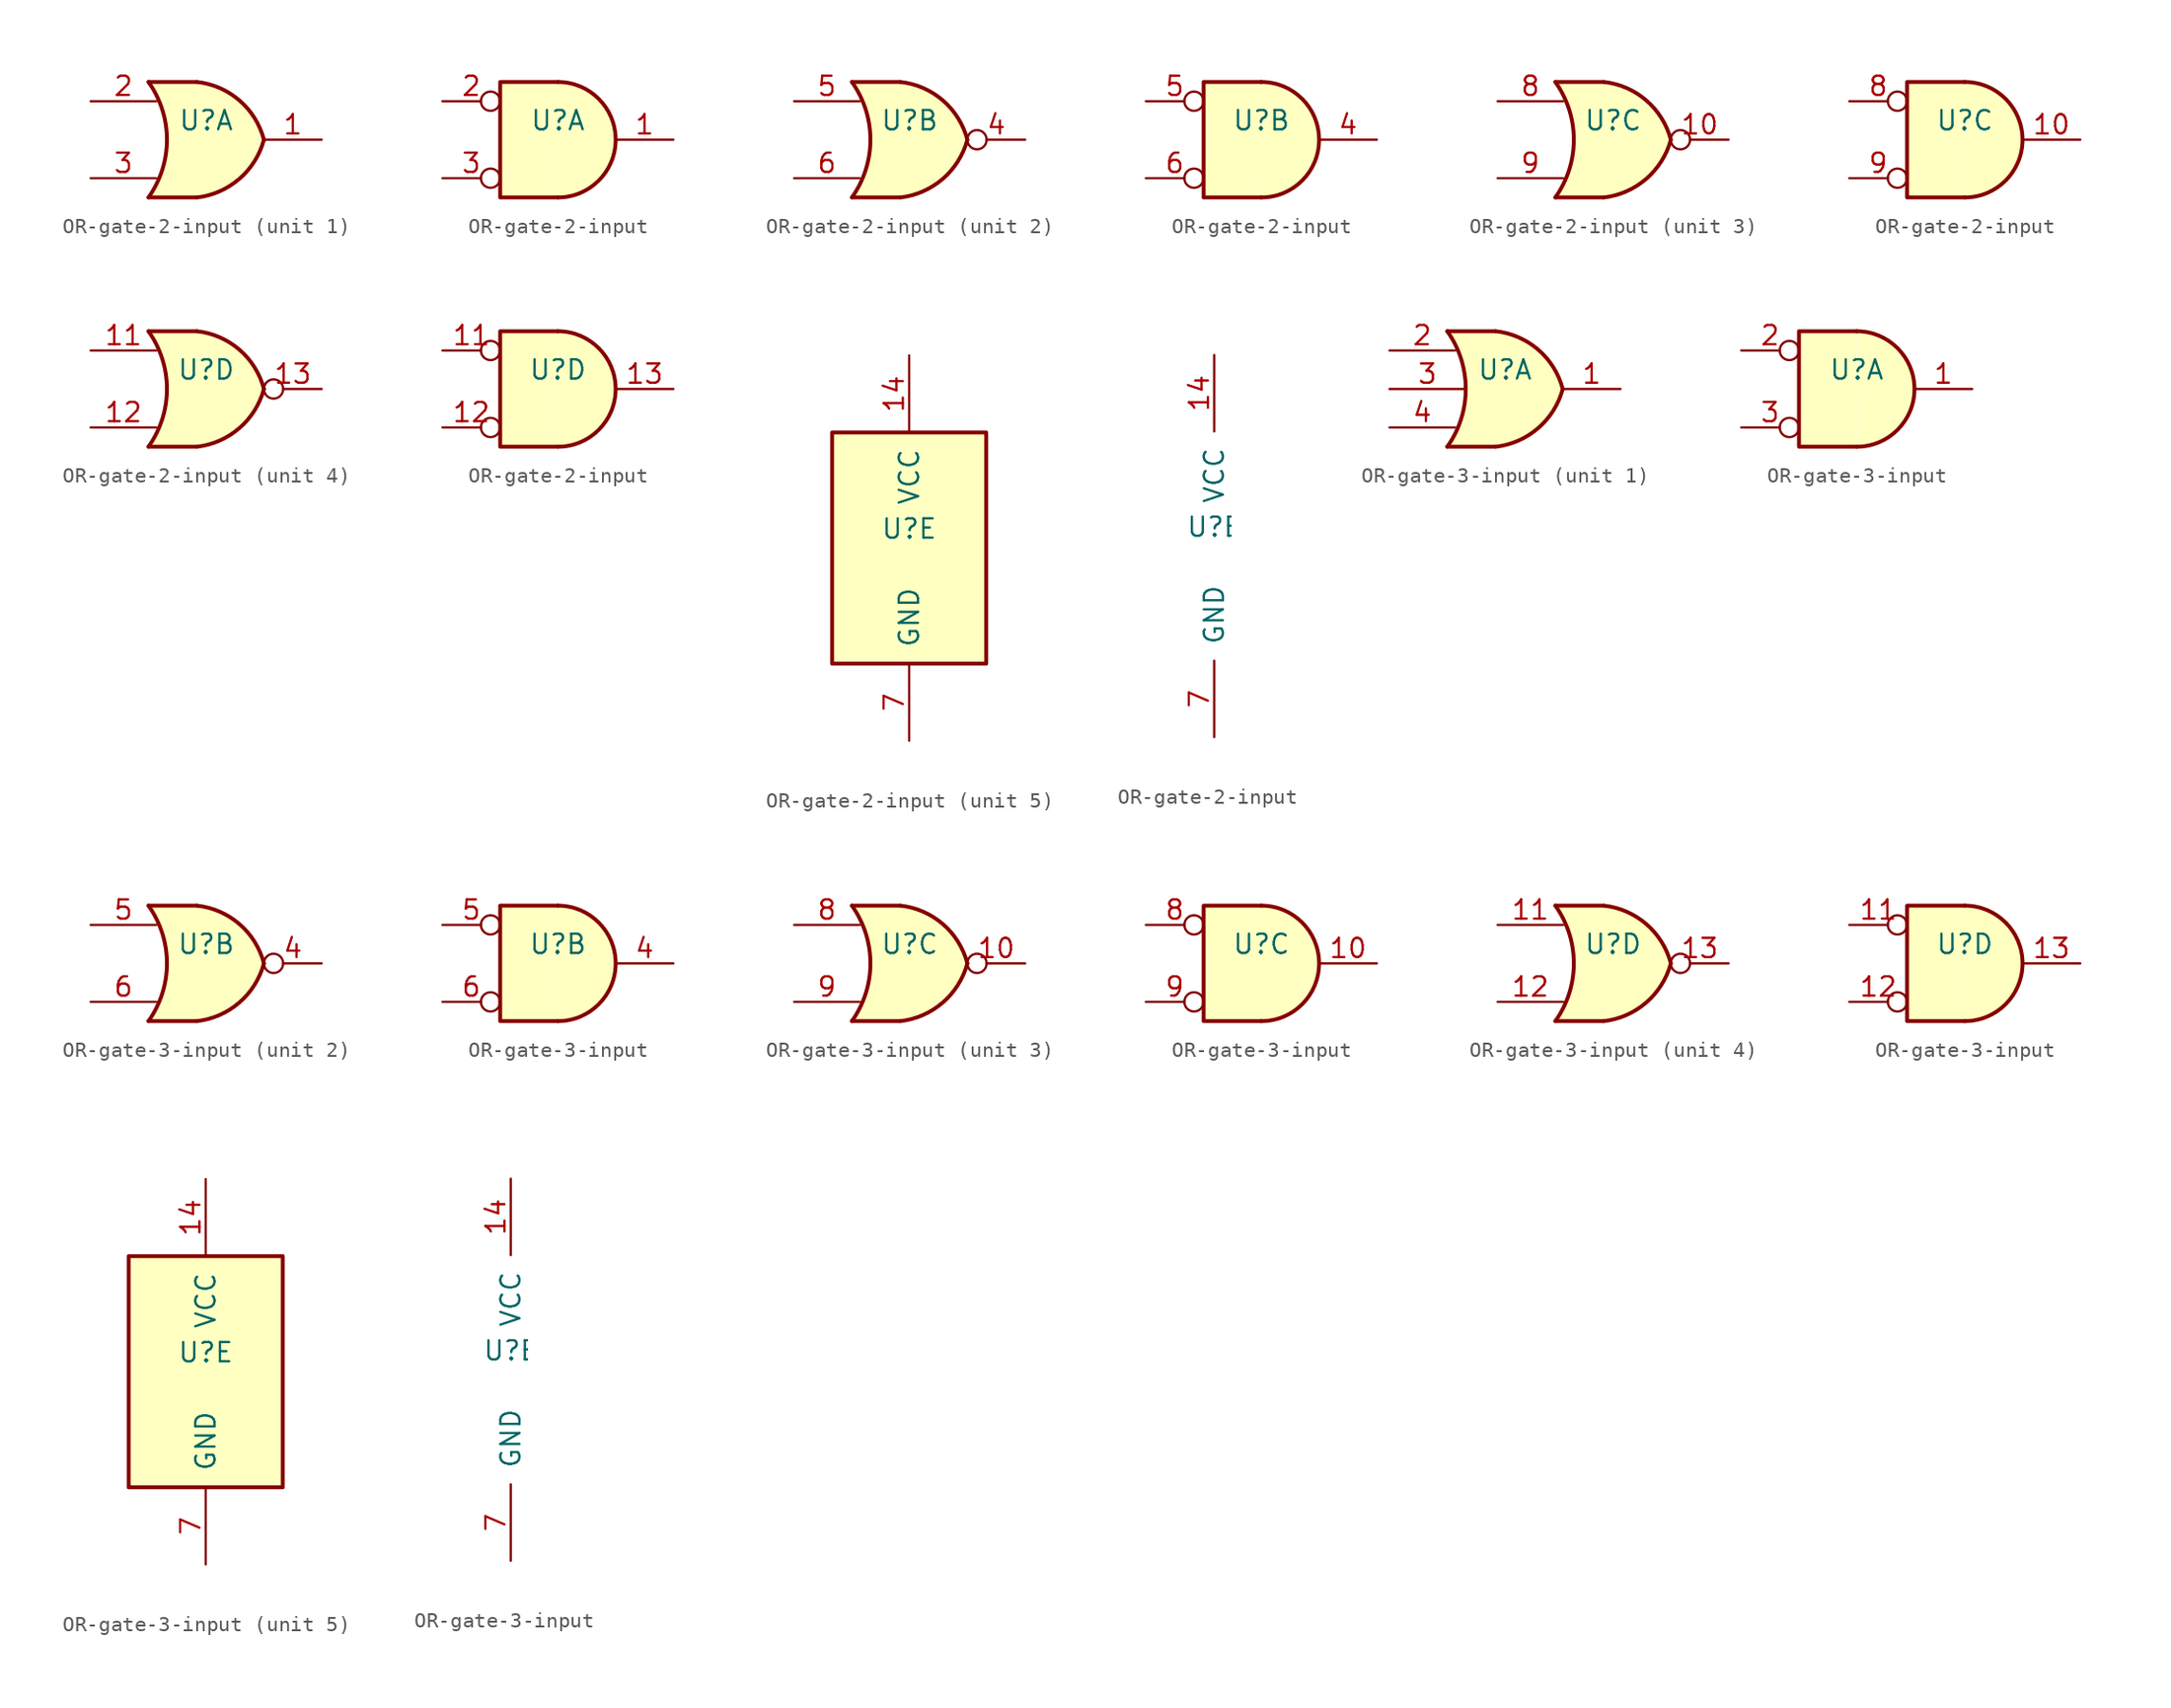
<source format=kicad_sym>
(kicad_symbol_lib
  (version 20220914)
  (generator kicad_symbol_editor)
  (symbol "OR-gate-2-input"
    (pin_names
      (offset 1.016))
    (property "Reference" "U"
      (at 0 1.27 0)
      (effects (font (size 1.27 1.27))))
    (property "ki_locked" ""
      (at 0 0 0)
      (effects (font (size 1.27 1.27))))
    (symbol "OR-gate-2-input_1_1"
      (arc (start -3.81 -3.81) (mid -2.589 0) (end -3.81 3.81) (stroke (width 0.254) (type default)) (fill (type none)))
      (arc (start -0.6096 -3.81) (mid 2.1842 -2.5851) (end 3.81 0) (stroke (width 0.254) (type default)) (fill (type background)))
      (polyline (pts (xy -3.81 -3.81) (xy -0.635 -3.81)) (stroke (width 0.254) (type default)) (fill (type background)))
      (polyline (pts (xy -3.81 3.81) (xy -0.635 3.81)) (stroke (width 0.254) (type default)) (fill (type background)))
      (polyline (pts (xy -0.635 3.81) (xy -3.81 3.81) (xy -3.81 3.81) (xy -3.556 3.404) (xy -3.023 2.261) (xy -2.692 1.041) (xy -2.616 -0.254) (xy -2.769 -1.499) (xy -3.175 -2.718) (xy -3.81 -3.81) (xy -3.81 -3.81) (xy -0.635 -3.81)) (stroke (width -25.4) (type default)) (fill (type background)))
      (arc (start 3.81 0) (mid 2.1915 2.5936) (end -0.6096 3.81) (stroke (width 0.254) (type default)) (fill (type background)))
      (pin output line (at 7.62 0 180) (length 3.81) (name "~" (effects (font (size 1.27 1.27)))) (number "1" (effects (font (size 1.27 1.27)))))
      (pin input line (at -7.62 2.54 0) (length 4.318) (name "~" (effects (font (size 1.27 1.27)))) (number "2" (effects (font (size 1.27 1.27)))))
      (pin input line (at -7.62 -2.54 0) (length 4.318) (name "~" (effects (font (size 1.27 1.27)))) (number "3" (effects (font (size 1.27 1.27))))))
    (symbol "OR-gate-2-input_1_2"
      (arc (start 0 -3.81) (mid 3.7934 0) (end 0 3.81) (stroke (width 0.254) (type default)) (fill (type background)))
      (polyline (pts (xy 0 3.81) (xy -3.81 3.81) (xy -3.81 -3.81) (xy 0 -3.81)) (stroke (width 0.254) (type default)) (fill (type background)))
      (pin output line (at 7.62 0 180) (length 3.81) (name "~" (effects (font (size 1.27 1.27)))) (number "1" (effects (font (size 1.27 1.27)))))
      (pin input inverted (at -7.62 2.54 0) (length 3.81) (name "~" (effects (font (size 1.27 1.27)))) (number "2" (effects (font (size 1.27 1.27)))))
      (pin input inverted (at -7.62 -2.54 0) (length 3.81) (name "~" (effects (font (size 1.27 1.27)))) (number "3" (effects (font (size 1.27 1.27))))))
    (symbol "OR-gate-2-input_2_1"
      (arc (start -3.81 -3.81) (mid -2.589 0) (end -3.81 3.81) (stroke (width 0.254) (type default)) (fill (type none)))
      (arc (start -0.6096 -3.81) (mid 2.1842 -2.5851) (end 3.81 0) (stroke (width 0.254) (type default)) (fill (type background)))
      (polyline (pts (xy -3.81 -3.81) (xy -0.635 -3.81)) (stroke (width 0.254) (type default)) (fill (type background)))
      (polyline (pts (xy -3.81 3.81) (xy -0.635 3.81)) (stroke (width 0.254) (type default)) (fill (type background)))
      (polyline (pts (xy -0.635 3.81) (xy -3.81 3.81) (xy -3.81 3.81) (xy -3.556 3.404) (xy -3.023 2.261) (xy -2.692 1.041) (xy -2.616 -0.254) (xy -2.769 -1.499) (xy -3.175 -2.718) (xy -3.81 -3.81) (xy -3.81 -3.81) (xy -0.635 -3.81)) (stroke (width -25.4) (type default)) (fill (type background)))
      (arc (start 3.81 0) (mid 2.1915 2.5936) (end -0.6096 3.81) (stroke (width 0.254) (type default)) (fill (type background)))
      (pin output inverted (at 7.62 0 180) (length 3.81) (name "~" (effects (font (size 1.27 1.27)))) (number "4" (effects (font (size 1.27 1.27)))))
      (pin input line (at -7.62 2.54 0) (length 4.318) (name "~" (effects (font (size 1.27 1.27)))) (number "5" (effects (font (size 1.27 1.27)))))
      (pin input line (at -7.62 -2.54 0) (length 4.318) (name "~" (effects (font (size 1.27 1.27)))) (number "6" (effects (font (size 1.27 1.27))))))
    (symbol "OR-gate-2-input_2_2"
      (arc (start 0 -3.81) (mid 3.7934 0) (end 0 3.81) (stroke (width 0.254) (type default)) (fill (type background)))
      (polyline (pts (xy 0 3.81) (xy -3.81 3.81) (xy -3.81 -3.81) (xy 0 -3.81)) (stroke (width 0.254) (type default)) (fill (type background)))
      (pin output line (at 7.62 0 180) (length 3.81) (name "~" (effects (font (size 1.27 1.27)))) (number "4" (effects (font (size 1.27 1.27)))))
      (pin input inverted (at -7.62 2.54 0) (length 3.81) (name "~" (effects (font (size 1.27 1.27)))) (number "5" (effects (font (size 1.27 1.27)))))
      (pin input inverted (at -7.62 -2.54 0) (length 3.81) (name "~" (effects (font (size 1.27 1.27)))) (number "6" (effects (font (size 1.27 1.27))))))
    (symbol "OR-gate-2-input_3_1"
      (arc (start -3.81 -3.81) (mid -2.589 0) (end -3.81 3.81) (stroke (width 0.254) (type default)) (fill (type none)))
      (arc (start -0.6096 -3.81) (mid 2.1842 -2.5851) (end 3.81 0) (stroke (width 0.254) (type default)) (fill (type background)))
      (polyline (pts (xy -3.81 -3.81) (xy -0.635 -3.81)) (stroke (width 0.254) (type default)) (fill (type background)))
      (polyline (pts (xy -3.81 3.81) (xy -0.635 3.81)) (stroke (width 0.254) (type default)) (fill (type background)))
      (polyline (pts (xy -0.635 3.81) (xy -3.81 3.81) (xy -3.81 3.81) (xy -3.556 3.404) (xy -3.023 2.261) (xy -2.692 1.041) (xy -2.616 -0.254) (xy -2.769 -1.499) (xy -3.175 -2.718) (xy -3.81 -3.81) (xy -3.81 -3.81) (xy -0.635 -3.81)) (stroke (width -25.4) (type default)) (fill (type background)))
      (arc (start 3.81 0) (mid 2.1915 2.5936) (end -0.6096 3.81) (stroke (width 0.254) (type default)) (fill (type background)))
      (pin output inverted (at 7.62 0 180) (length 3.81) (name "~" (effects (font (size 1.27 1.27)))) (number "10" (effects (font (size 1.27 1.27)))))
      (pin input line (at -7.62 2.54 0) (length 4.318) (name "~" (effects (font (size 1.27 1.27)))) (number "8" (effects (font (size 1.27 1.27)))))
      (pin input line (at -7.62 -2.54 0) (length 4.318) (name "~" (effects (font (size 1.27 1.27)))) (number "9" (effects (font (size 1.27 1.27))))))
    (symbol "OR-gate-2-input_3_2"
      (arc (start 0 -3.81) (mid 3.7934 0) (end 0 3.81) (stroke (width 0.254) (type default)) (fill (type background)))
      (polyline (pts (xy 0 3.81) (xy -3.81 3.81) (xy -3.81 -3.81) (xy 0 -3.81)) (stroke (width 0.254) (type default)) (fill (type background)))
      (pin output line (at 7.62 0 180) (length 3.81) (name "~" (effects (font (size 1.27 1.27)))) (number "10" (effects (font (size 1.27 1.27)))))
      (pin input inverted (at -7.62 2.54 0) (length 3.81) (name "~" (effects (font (size 1.27 1.27)))) (number "8" (effects (font (size 1.27 1.27)))))
      (pin input inverted (at -7.62 -2.54 0) (length 3.81) (name "~" (effects (font (size 1.27 1.27)))) (number "9" (effects (font (size 1.27 1.27))))))
    (symbol "OR-gate-2-input_4_1"
      (arc (start -3.81 -3.81) (mid -2.589 0) (end -3.81 3.81) (stroke (width 0.254) (type default)) (fill (type none)))
      (arc (start -0.6096 -3.81) (mid 2.1842 -2.5851) (end 3.81 0) (stroke (width 0.254) (type default)) (fill (type background)))
      (polyline (pts (xy -3.81 -3.81) (xy -0.635 -3.81)) (stroke (width 0.254) (type default)) (fill (type background)))
      (polyline (pts (xy -3.81 3.81) (xy -0.635 3.81)) (stroke (width 0.254) (type default)) (fill (type background)))
      (polyline (pts (xy -0.635 3.81) (xy -3.81 3.81) (xy -3.81 3.81) (xy -3.556 3.404) (xy -3.023 2.261) (xy -2.692 1.041) (xy -2.616 -0.254) (xy -2.769 -1.499) (xy -3.175 -2.718) (xy -3.81 -3.81) (xy -3.81 -3.81) (xy -0.635 -3.81)) (stroke (width -25.4) (type default)) (fill (type background)))
      (arc (start 3.81 0) (mid 2.1915 2.5936) (end -0.6096 3.81) (stroke (width 0.254) (type default)) (fill (type background)))
      (pin input line (at -7.62 2.54 0) (length 4.318) (name "~" (effects (font (size 1.27 1.27)))) (number "11" (effects (font (size 1.27 1.27)))))
      (pin input line (at -7.62 -2.54 0) (length 4.318) (name "~" (effects (font (size 1.27 1.27)))) (number "12" (effects (font (size 1.27 1.27)))))
      (pin output inverted (at 7.62 0 180) (length 3.81) (name "~" (effects (font (size 1.27 1.27)))) (number "13" (effects (font (size 1.27 1.27))))))
    (symbol "OR-gate-2-input_4_2"
      (arc (start 0 -3.81) (mid 3.7934 0) (end 0 3.81) (stroke (width 0.254) (type default)) (fill (type background)))
      (polyline (pts (xy 0 3.81) (xy -3.81 3.81) (xy -3.81 -3.81) (xy 0 -3.81)) (stroke (width 0.254) (type default)) (fill (type background)))
      (pin input inverted (at -7.62 2.54 0) (length 3.81) (name "~" (effects (font (size 1.27 1.27)))) (number "11" (effects (font (size 1.27 1.27)))))
      (pin input inverted (at -7.62 -2.54 0) (length 3.81) (name "~" (effects (font (size 1.27 1.27)))) (number "12" (effects (font (size 1.27 1.27)))))
      (pin output line (at 7.62 0 180) (length 3.81) (name "~" (effects (font (size 1.27 1.27)))) (number "13" (effects (font (size 1.27 1.27))))))
    (symbol "OR-gate-2-input_5_0"
      (pin power_in line (at 0 12.7 270) (length 5.08) (name "VCC" (effects (font (size 1.27 1.27)))) (number "14" (effects (font (size 1.27 1.27)))))
      (pin power_in line (at 0 -12.7 90) (length 5.08) (name "GND" (effects (font (size 1.27 1.27)))) (number "7" (effects (font (size 1.27 1.27))))))
    (symbol "OR-gate-2-input_5_1"
      (rectangle (start -5.08 7.62) (end 5.08 -7.62) (stroke (width 0.254) (type default)) (fill (type background)))))
  (symbol "OR-gate-3-input"
    (pin_names
      (offset 1.016))
    (property "Reference" "U"
      (at 0 1.27 0)
      (effects (font (size 1.27 1.27))))
    (property "ki_locked" ""
      (at 0 0 0)
      (effects (font (size 1.27 1.27))))
    (symbol "OR-gate-3-input_1_1"
      (arc (start -3.81 -3.81) (mid -2.589 0) (end -3.81 3.81) (stroke (width 0.254) (type default)) (fill (type none)))
      (arc (start -0.6096 -3.81) (mid 2.1842 -2.5851) (end 3.81 0) (stroke (width 0.254) (type default)) (fill (type background)))
      (polyline (pts (xy -3.81 -3.81) (xy -0.635 -3.81)) (stroke (width 0.254) (type default)) (fill (type background)))
      (polyline (pts (xy -3.81 3.81) (xy -0.635 3.81)) (stroke (width 0.254) (type default)) (fill (type background)))
      (polyline (pts (xy -0.635 3.81) (xy -3.81 3.81) (xy -3.81 3.81) (xy -3.556 3.404) (xy -3.023 2.261) (xy -2.692 1.041) (xy -2.616 -0.254) (xy -2.769 -1.499) (xy -3.175 -2.718) (xy -3.81 -3.81) (xy -3.81 -3.81) (xy -0.635 -3.81)) (stroke (width -25.4) (type default)) (fill (type background)))
      (arc (start 3.81 0) (mid 2.1915 2.5936) (end -0.6096 3.81) (stroke (width 0.254) (type default)) (fill (type background)))
      (pin output line (at 7.62 0 180) (length 3.81) (name "~" (effects (font (size 1.27 1.27)))) (number "1" (effects (font (size 1.27 1.27)))))
      (pin input line (at -7.62 2.54 0) (length 4.318) (name "~" (effects (font (size 1.27 1.27)))) (number "2" (effects (font (size 1.27 1.27)))))
      (pin input line (at -7.62 0 0) (length 5) (name "~" (effects (font (size 1.27 1.27)))) (number "3" (effects (font (size 1.27 1.27)))))
      (pin input line (at -7.62 -2.54 0) (length 4.318) (name "~" (effects (font (size 1.27 1.27)))) (number "4" (effects (font (size 1.27 1.27))))))
    (symbol "OR-gate-3-input_1_2"
      (arc (start 0 -3.81) (mid 3.7934 0) (end 0 3.81) (stroke (width 0.254) (type default)) (fill (type background)))
      (polyline (pts (xy 0 3.81) (xy -3.81 3.81) (xy -3.81 -3.81) (xy 0 -3.81)) (stroke (width 0.254) (type default)) (fill (type background)))
      (pin output line (at 7.62 0 180) (length 3.81) (name "~" (effects (font (size 1.27 1.27)))) (number "1" (effects (font (size 1.27 1.27)))))
      (pin input inverted (at -7.62 2.54 0) (length 3.81) (name "~" (effects (font (size 1.27 1.27)))) (number "2" (effects (font (size 1.27 1.27)))))
      (pin input inverted (at -7.62 -2.54 0) (length 3.81) (name "~" (effects (font (size 1.27 1.27)))) (number "3" (effects (font (size 1.27 1.27))))))
    (symbol "OR-gate-3-input_2_1"
      (arc (start -3.81 -3.81) (mid -2.589 0) (end -3.81 3.81) (stroke (width 0.254) (type default)) (fill (type none)))
      (arc (start -0.6096 -3.81) (mid 2.1842 -2.5851) (end 3.81 0) (stroke (width 0.254) (type default)) (fill (type background)))
      (polyline (pts (xy -3.81 -3.81) (xy -0.635 -3.81)) (stroke (width 0.254) (type default)) (fill (type background)))
      (polyline (pts (xy -3.81 3.81) (xy -0.635 3.81)) (stroke (width 0.254) (type default)) (fill (type background)))
      (polyline (pts (xy -0.635 3.81) (xy -3.81 3.81) (xy -3.81 3.81) (xy -3.556 3.404) (xy -3.023 2.261) (xy -2.692 1.041) (xy -2.616 -0.254) (xy -2.769 -1.499) (xy -3.175 -2.718) (xy -3.81 -3.81) (xy -3.81 -3.81) (xy -0.635 -3.81)) (stroke (width -25.4) (type default)) (fill (type background)))
      (arc (start 3.81 0) (mid 2.1915 2.5936) (end -0.6096 3.81) (stroke (width 0.254) (type default)) (fill (type background)))
      (pin output inverted (at 7.62 0 180) (length 3.81) (name "~" (effects (font (size 1.27 1.27)))) (number "4" (effects (font (size 1.27 1.27)))))
      (pin input line (at -7.62 2.54 0) (length 4.318) (name "~" (effects (font (size 1.27 1.27)))) (number "5" (effects (font (size 1.27 1.27)))))
      (pin input line (at -7.62 -2.54 0) (length 4.318) (name "~" (effects (font (size 1.27 1.27)))) (number "6" (effects (font (size 1.27 1.27))))))
    (symbol "OR-gate-3-input_2_2"
      (arc (start 0 -3.81) (mid 3.7934 0) (end 0 3.81) (stroke (width 0.254) (type default)) (fill (type background)))
      (polyline (pts (xy 0 3.81) (xy -3.81 3.81) (xy -3.81 -3.81) (xy 0 -3.81)) (stroke (width 0.254) (type default)) (fill (type background)))
      (pin output line (at 7.62 0 180) (length 3.81) (name "~" (effects (font (size 1.27 1.27)))) (number "4" (effects (font (size 1.27 1.27)))))
      (pin input inverted (at -7.62 2.54 0) (length 3.81) (name "~" (effects (font (size 1.27 1.27)))) (number "5" (effects (font (size 1.27 1.27)))))
      (pin input inverted (at -7.62 -2.54 0) (length 3.81) (name "~" (effects (font (size 1.27 1.27)))) (number "6" (effects (font (size 1.27 1.27))))))
    (symbol "OR-gate-3-input_3_1"
      (arc (start -3.81 -3.81) (mid -2.589 0) (end -3.81 3.81) (stroke (width 0.254) (type default)) (fill (type none)))
      (arc (start -0.6096 -3.81) (mid 2.1842 -2.5851) (end 3.81 0) (stroke (width 0.254) (type default)) (fill (type background)))
      (polyline (pts (xy -3.81 -3.81) (xy -0.635 -3.81)) (stroke (width 0.254) (type default)) (fill (type background)))
      (polyline (pts (xy -3.81 3.81) (xy -0.635 3.81)) (stroke (width 0.254) (type default)) (fill (type background)))
      (polyline (pts (xy -0.635 3.81) (xy -3.81 3.81) (xy -3.81 3.81) (xy -3.556 3.404) (xy -3.023 2.261) (xy -2.692 1.041) (xy -2.616 -0.254) (xy -2.769 -1.499) (xy -3.175 -2.718) (xy -3.81 -3.81) (xy -3.81 -3.81) (xy -0.635 -3.81)) (stroke (width -25.4) (type default)) (fill (type background)))
      (arc (start 3.81 0) (mid 2.1915 2.5936) (end -0.6096 3.81) (stroke (width 0.254) (type default)) (fill (type background)))
      (pin output inverted (at 7.62 0 180) (length 3.81) (name "~" (effects (font (size 1.27 1.27)))) (number "10" (effects (font (size 1.27 1.27)))))
      (pin input line (at -7.62 2.54 0) (length 4.318) (name "~" (effects (font (size 1.27 1.27)))) (number "8" (effects (font (size 1.27 1.27)))))
      (pin input line (at -7.62 -2.54 0) (length 4.318) (name "~" (effects (font (size 1.27 1.27)))) (number "9" (effects (font (size 1.27 1.27))))))
    (symbol "OR-gate-3-input_3_2"
      (arc (start 0 -3.81) (mid 3.7934 0) (end 0 3.81) (stroke (width 0.254) (type default)) (fill (type background)))
      (polyline (pts (xy 0 3.81) (xy -3.81 3.81) (xy -3.81 -3.81) (xy 0 -3.81)) (stroke (width 0.254) (type default)) (fill (type background)))
      (pin output line (at 7.62 0 180) (length 3.81) (name "~" (effects (font (size 1.27 1.27)))) (number "10" (effects (font (size 1.27 1.27)))))
      (pin input inverted (at -7.62 2.54 0) (length 3.81) (name "~" (effects (font (size 1.27 1.27)))) (number "8" (effects (font (size 1.27 1.27)))))
      (pin input inverted (at -7.62 -2.54 0) (length 3.81) (name "~" (effects (font (size 1.27 1.27)))) (number "9" (effects (font (size 1.27 1.27))))))
    (symbol "OR-gate-3-input_4_1"
      (arc (start -3.81 -3.81) (mid -2.589 0) (end -3.81 3.81) (stroke (width 0.254) (type default)) (fill (type none)))
      (arc (start -0.6096 -3.81) (mid 2.1842 -2.5851) (end 3.81 0) (stroke (width 0.254) (type default)) (fill (type background)))
      (polyline (pts (xy -3.81 -3.81) (xy -0.635 -3.81)) (stroke (width 0.254) (type default)) (fill (type background)))
      (polyline (pts (xy -3.81 3.81) (xy -0.635 3.81)) (stroke (width 0.254) (type default)) (fill (type background)))
      (polyline (pts (xy -0.635 3.81) (xy -3.81 3.81) (xy -3.81 3.81) (xy -3.556 3.404) (xy -3.023 2.261) (xy -2.692 1.041) (xy -2.616 -0.254) (xy -2.769 -1.499) (xy -3.175 -2.718) (xy -3.81 -3.81) (xy -3.81 -3.81) (xy -0.635 -3.81)) (stroke (width -25.4) (type default)) (fill (type background)))
      (arc (start 3.81 0) (mid 2.1915 2.5936) (end -0.6096 3.81) (stroke (width 0.254) (type default)) (fill (type background)))
      (pin input line (at -7.62 2.54 0) (length 4.318) (name "~" (effects (font (size 1.27 1.27)))) (number "11" (effects (font (size 1.27 1.27)))))
      (pin input line (at -7.62 -2.54 0) (length 4.318) (name "~" (effects (font (size 1.27 1.27)))) (number "12" (effects (font (size 1.27 1.27)))))
      (pin output inverted (at 7.62 0 180) (length 3.81) (name "~" (effects (font (size 1.27 1.27)))) (number "13" (effects (font (size 1.27 1.27))))))
    (symbol "OR-gate-3-input_4_2"
      (arc (start 0 -3.81) (mid 3.7934 0) (end 0 3.81) (stroke (width 0.254) (type default)) (fill (type background)))
      (polyline (pts (xy 0 3.81) (xy -3.81 3.81) (xy -3.81 -3.81) (xy 0 -3.81)) (stroke (width 0.254) (type default)) (fill (type background)))
      (pin input inverted (at -7.62 2.54 0) (length 3.81) (name "~" (effects (font (size 1.27 1.27)))) (number "11" (effects (font (size 1.27 1.27)))))
      (pin input inverted (at -7.62 -2.54 0) (length 3.81) (name "~" (effects (font (size 1.27 1.27)))) (number "12" (effects (font (size 1.27 1.27)))))
      (pin output line (at 7.62 0 180) (length 3.81) (name "~" (effects (font (size 1.27 1.27)))) (number "13" (effects (font (size 1.27 1.27))))))
    (symbol "OR-gate-3-input_5_0"
      (pin power_in line (at 0 12.7 270) (length 5.08) (name "VCC" (effects (font (size 1.27 1.27)))) (number "14" (effects (font (size 1.27 1.27)))))
      (pin power_in line (at 0 -12.7 90) (length 5.08) (name "GND" (effects (font (size 1.27 1.27)))) (number "7" (effects (font (size 1.27 1.27))))))
    (symbol "OR-gate-3-input_5_1"
      (rectangle (start -5.08 7.62) (end 5.08 -7.62) (stroke (width 0.254) (type default)) (fill (type background))))))
</source>
